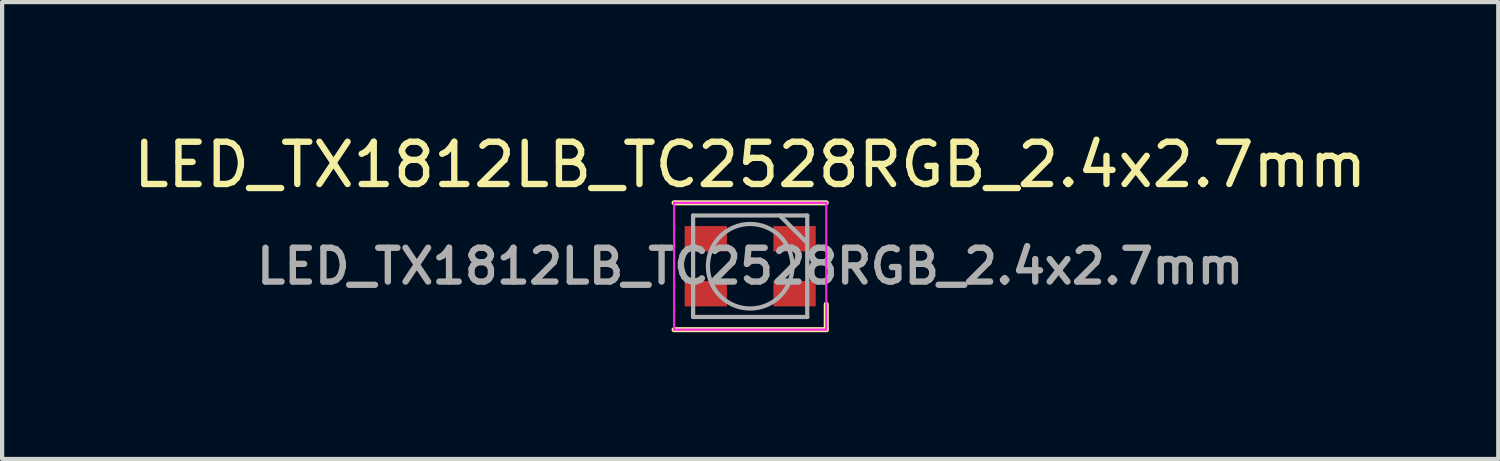
<source format=kicad_pcb>
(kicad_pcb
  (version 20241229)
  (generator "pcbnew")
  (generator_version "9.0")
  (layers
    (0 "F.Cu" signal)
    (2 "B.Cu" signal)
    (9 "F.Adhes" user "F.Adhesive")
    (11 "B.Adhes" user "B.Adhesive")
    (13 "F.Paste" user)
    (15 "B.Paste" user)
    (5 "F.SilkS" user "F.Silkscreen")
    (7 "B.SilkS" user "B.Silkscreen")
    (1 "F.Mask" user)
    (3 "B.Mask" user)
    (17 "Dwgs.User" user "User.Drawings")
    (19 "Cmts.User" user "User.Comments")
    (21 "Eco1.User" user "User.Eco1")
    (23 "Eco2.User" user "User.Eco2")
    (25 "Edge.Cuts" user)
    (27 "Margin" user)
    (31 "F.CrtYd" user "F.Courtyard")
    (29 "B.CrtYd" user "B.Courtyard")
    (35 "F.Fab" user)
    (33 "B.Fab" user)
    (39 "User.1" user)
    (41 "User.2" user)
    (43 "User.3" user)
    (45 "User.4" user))
  (footprint "LED_TX1812LB_TC2528RGB_2.4x2.7mm"
    (layer "F.Cu")
    (at 14.696 3.248)
    (property "Reference" "LED_TX1812LB_TC2528RGB_2.4x2.7mm" (at 0 -2.4 0) (layer "F.SilkS") (effects (font (size 1 1) (thickness 0.15))))
    (attr smd)
    (fp_line (start -1.8 -1.5) (end 1.8 -1.5) (stroke (width 0.12) (type solid)) (layer "F.SilkS"))
    (fp_line (start -1.8 1.5) (end 1.8 1.5) (stroke (width 0.12) (type solid)) (layer "F.SilkS"))
    (fp_line (start 1.8 1.5) (end 1.8 0.9) (stroke (width 0.12) (type solid)) (layer "F.SilkS"))
    (fp_line (start -1.8 -1.5) (end -1.8 1.5) (stroke (width 0.05) (type solid)) (layer "F.CrtYd"))
    (fp_line (start -1.8 1.5) (end 1.8 1.5) (stroke (width 0.05) (type solid)) (layer "F.CrtYd"))
    (fp_line (start 1.8 -1.5) (end -1.8 -1.5) (stroke (width 0.05) (type solid)) (layer "F.CrtYd"))
    (fp_line (start 1.8 1.5) (end 1.8 -1.5) (stroke (width 0.05) (type solid)) (layer "F.CrtYd"))
    (fp_line (start -1.35 -1.2) (end -1.35 1.2) (stroke (width 0.1) (type solid)) (layer "F.Fab"))
    (fp_line (start -1.35 1.2) (end 1.35 1.2) (stroke (width 0.1) (type solid)) (layer "F.Fab"))
    (fp_line (start 1.35 -1.2) (end -1.35 -1.2) (stroke (width 0.1) (type solid)) (layer "F.Fab"))
    (fp_line (start 1.35 -0.55) (end 0.7 -1.2) (stroke (width 0.1) (type solid)) (layer "F.Fab"))
    (fp_line (start 1.35 1.2) (end 1.35 -1.2) (stroke (width 0.1) (type solid)) (layer "F.Fab"))
    (fp_circle (center 0 0) (end 1 0) (stroke (width 0.1) (type solid)) (fill no) (layer "F.Fab"))
    (fp_text user "${REFERENCE}" (at 0 0 0) (layer "F.Fab") (effects (font (size 0.8 0.8) (thickness 0.15))))
    (pad "1" smd rect (at 1.05 0.65) (size 1 0.6) (layers "F.Cu" "F.Mask" "F.Paste"))
    (pad "2" smd rect (at 1.05 -0.65) (size 1 0.6) (layers "F.Cu" "F.Mask" "F.Paste"))
    (pad "3" smd rect (at -1.05 -0.65) (size 1 0.6) (layers "F.Cu" "F.Mask" "F.Paste"))
    (pad "4" smd rect (at -1.05 0.65) (size 1 0.6) (layers "F.Cu" "F.Mask" "F.Paste")))
  (gr_rect
    (start -3 -3)
    (end 32.393 7.808)
    (stroke (width 0.1) (type default))
    (fill no)
    (layer "Edge.Cuts")))
</source>
